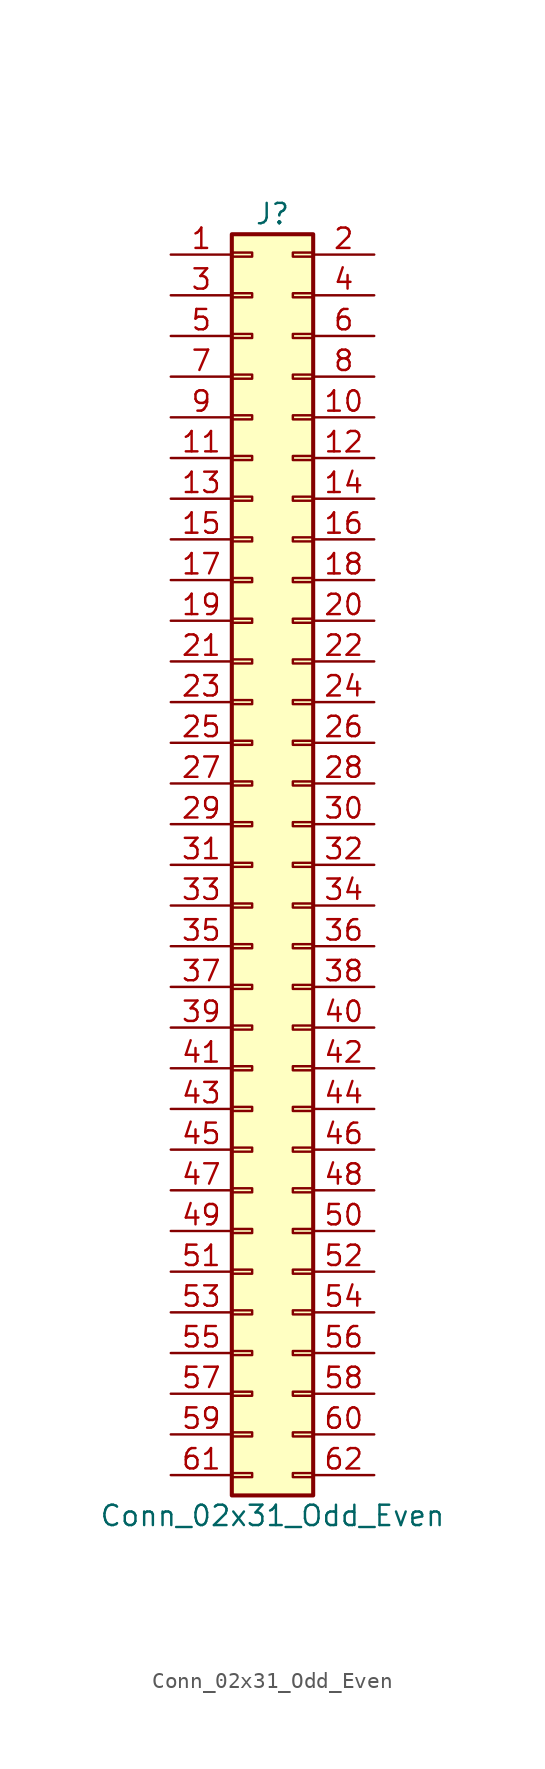
<source format=kicad_sym>
(kicad_symbol_lib
  (version 20201005)
  (generator kicad_symbol_editor)
  (symbol "Connector_Generic:Conn_02x31_Odd_Even"
    (pin_names
      (offset 1.016) hide)
    (property "Reference" "J"
      (at 1.27 40.64 0)
      (effects (font (size 1.27 1.27))))
    (property "Value" "Conn_02x31_Odd_Even"
      (at 1.27 -40.64 0)
      (effects (font (size 1.27 1.27))))
    (symbol "Conn_02x31_Odd_Even_1_1"
      (rectangle (start -1.27 -27.813) (end 0 -28.067) (stroke (width 0.152)) (fill (type none)))
      (rectangle (start -1.27 -30.353) (end 0 -30.607) (stroke (width 0.152)) (fill (type none)))
      (rectangle (start -1.27 -32.893) (end 0 -33.147) (stroke (width 0.152)) (fill (type none)))
      (rectangle (start -1.27 -35.433) (end 0 -35.687) (stroke (width 0.152)) (fill (type none)))
      (rectangle (start -1.27 -37.973) (end 0 -38.227) (stroke (width 0.152)) (fill (type none)))
      (rectangle (start -1.27 -4.953) (end 0 -5.207) (stroke (width 0.152)) (fill (type none)))
      (rectangle (start -1.27 -7.493) (end 0 -7.747) (stroke (width 0.152)) (fill (type none)))
      (rectangle (start -1.27 -10.033) (end 0 -10.287) (stroke (width 0.152)) (fill (type none)))
      (rectangle (start -1.27 -12.573) (end 0 -12.827) (stroke (width 0.152)) (fill (type none)))
      (rectangle (start -1.27 -15.113) (end 0 -15.367) (stroke (width 0.152)) (fill (type none)))
      (rectangle (start -1.27 -17.653) (end 0 -17.907) (stroke (width 0.152)) (fill (type none)))
      (rectangle (start -1.27 -20.193) (end 0 -20.447) (stroke (width 0.152)) (fill (type none)))
      (rectangle (start -1.27 -22.733) (end 0 -22.987) (stroke (width 0.152)) (fill (type none)))
      (rectangle (start -1.27 -2.413) (end 0 -2.667) (stroke (width 0.152)) (fill (type none)))
      (rectangle (start -1.27 -25.273) (end 0 -25.527) (stroke (width 0.152)) (fill (type none)))
      (rectangle (start -1.27 25.527) (end 0 25.273) (stroke (width 0.152)) (fill (type none)))
      (rectangle (start -1.27 2.667) (end 0 2.413) (stroke (width 0.152)) (fill (type none)))
      (rectangle (start -1.27 28.067) (end 0 27.813) (stroke (width 0.152)) (fill (type none)))
      (rectangle (start -1.27 30.607) (end 0 30.353) (stroke (width 0.152)) (fill (type none)))
      (rectangle (start -1.27 33.147) (end 0 32.893) (stroke (width 0.152)) (fill (type none)))
      (rectangle (start -1.27 35.687) (end 0 35.433) (stroke (width 0.152)) (fill (type none)))
      (rectangle (start -1.27 38.227) (end 0 37.973) (stroke (width 0.152)) (fill (type none)))
      (rectangle (start -1.27 39.37) (end 3.81 -39.37) (stroke (width 0.254)) (fill (type background)))
      (rectangle (start -1.27 5.207) (end 0 4.953) (stroke (width 0.152)) (fill (type none)))
      (rectangle (start -1.27 7.747) (end 0 7.493) (stroke (width 0.152)) (fill (type none)))
      (rectangle (start -1.27 10.287) (end 0 10.033) (stroke (width 0.152)) (fill (type none)))
      (rectangle (start -1.27 0.127) (end 0 -0.127) (stroke (width 0.152)) (fill (type none)))
      (rectangle (start -1.27 12.827) (end 0 12.573) (stroke (width 0.152)) (fill (type none)))
      (rectangle (start -1.27 15.367) (end 0 15.113) (stroke (width 0.152)) (fill (type none)))
      (rectangle (start -1.27 17.907) (end 0 17.653) (stroke (width 0.152)) (fill (type none)))
      (rectangle (start -1.27 20.447) (end 0 20.193) (stroke (width 0.152)) (fill (type none)))
      (rectangle (start -1.27 22.987) (end 0 22.733) (stroke (width 0.152)) (fill (type none)))
      (rectangle (start 3.81 -27.813) (end 2.54 -28.067) (stroke (width 0.152)) (fill (type none)))
      (rectangle (start 3.81 -30.353) (end 2.54 -30.607) (stroke (width 0.152)) (fill (type none)))
      (rectangle (start 3.81 -32.893) (end 2.54 -33.147) (stroke (width 0.152)) (fill (type none)))
      (rectangle (start 3.81 -35.433) (end 2.54 -35.687) (stroke (width 0.152)) (fill (type none)))
      (rectangle (start 3.81 -37.973) (end 2.54 -38.227) (stroke (width 0.152)) (fill (type none)))
      (rectangle (start 3.81 -4.953) (end 2.54 -5.207) (stroke (width 0.152)) (fill (type none)))
      (rectangle (start 3.81 -7.493) (end 2.54 -7.747) (stroke (width 0.152)) (fill (type none)))
      (rectangle (start 3.81 -10.033) (end 2.54 -10.287) (stroke (width 0.152)) (fill (type none)))
      (rectangle (start 3.81 -12.573) (end 2.54 -12.827) (stroke (width 0.152)) (fill (type none)))
      (rectangle (start 3.81 -15.113) (end 2.54 -15.367) (stroke (width 0.152)) (fill (type none)))
      (rectangle (start 3.81 -17.653) (end 2.54 -17.907) (stroke (width 0.152)) (fill (type none)))
      (rectangle (start 3.81 -20.193) (end 2.54 -20.447) (stroke (width 0.152)) (fill (type none)))
      (rectangle (start 3.81 -22.733) (end 2.54 -22.987) (stroke (width 0.152)) (fill (type none)))
      (rectangle (start 3.81 -2.413) (end 2.54 -2.667) (stroke (width 0.152)) (fill (type none)))
      (rectangle (start 3.81 -25.273) (end 2.54 -25.527) (stroke (width 0.152)) (fill (type none)))
      (rectangle (start 3.81 25.527) (end 2.54 25.273) (stroke (width 0.152)) (fill (type none)))
      (rectangle (start 3.81 2.667) (end 2.54 2.413) (stroke (width 0.152)) (fill (type none)))
      (rectangle (start 3.81 28.067) (end 2.54 27.813) (stroke (width 0.152)) (fill (type none)))
      (rectangle (start 3.81 30.607) (end 2.54 30.353) (stroke (width 0.152)) (fill (type none)))
      (rectangle (start 3.81 33.147) (end 2.54 32.893) (stroke (width 0.152)) (fill (type none)))
      (rectangle (start 3.81 35.687) (end 2.54 35.433) (stroke (width 0.152)) (fill (type none)))
      (rectangle (start 3.81 38.227) (end 2.54 37.973) (stroke (width 0.152)) (fill (type none)))
      (rectangle (start 3.81 5.207) (end 2.54 4.953) (stroke (width 0.152)) (fill (type none)))
      (rectangle (start 3.81 7.747) (end 2.54 7.493) (stroke (width 0.152)) (fill (type none)))
      (rectangle (start 3.81 10.287) (end 2.54 10.033) (stroke (width 0.152)) (fill (type none)))
      (rectangle (start 3.81 0.127) (end 2.54 -0.127) (stroke (width 0.152)) (fill (type none)))
      (rectangle (start 3.81 12.827) (end 2.54 12.573) (stroke (width 0.152)) (fill (type none)))
      (rectangle (start 3.81 15.367) (end 2.54 15.113) (stroke (width 0.152)) (fill (type none)))
      (rectangle (start 3.81 17.907) (end 2.54 17.653) (stroke (width 0.152)) (fill (type none)))
      (rectangle (start 3.81 20.447) (end 2.54 20.193) (stroke (width 0.152)) (fill (type none)))
      (rectangle (start 3.81 22.987) (end 2.54 22.733) (stroke (width 0.152)) (fill (type none)))
      (pin passive line (at -5.08 38.1 0) (length 3.81) (name "Pin_1" (effects (font (size 1.27 1.27)))) (number "1" (effects (font (size 1.27 1.27)))))
      (pin passive line (at 7.62 27.94 180) (length 3.81) (name "Pin_10" (effects (font (size 1.27 1.27)))) (number "10" (effects (font (size 1.27 1.27)))))
      (pin passive line (at -5.08 25.4 0) (length 3.81) (name "Pin_11" (effects (font (size 1.27 1.27)))) (number "11" (effects (font (size 1.27 1.27)))))
      (pin passive line (at 7.62 25.4 180) (length 3.81) (name "Pin_12" (effects (font (size 1.27 1.27)))) (number "12" (effects (font (size 1.27 1.27)))))
      (pin passive line (at -5.08 22.86 0) (length 3.81) (name "Pin_13" (effects (font (size 1.27 1.27)))) (number "13" (effects (font (size 1.27 1.27)))))
      (pin passive line (at 7.62 22.86 180) (length 3.81) (name "Pin_14" (effects (font (size 1.27 1.27)))) (number "14" (effects (font (size 1.27 1.27)))))
      (pin passive line (at -5.08 20.32 0) (length 3.81) (name "Pin_15" (effects (font (size 1.27 1.27)))) (number "15" (effects (font (size 1.27 1.27)))))
      (pin passive line (at 7.62 20.32 180) (length 3.81) (name "Pin_16" (effects (font (size 1.27 1.27)))) (number "16" (effects (font (size 1.27 1.27)))))
      (pin passive line (at -5.08 17.78 0) (length 3.81) (name "Pin_17" (effects (font (size 1.27 1.27)))) (number "17" (effects (font (size 1.27 1.27)))))
      (pin passive line (at 7.62 17.78 180) (length 3.81) (name "Pin_18" (effects (font (size 1.27 1.27)))) (number "18" (effects (font (size 1.27 1.27)))))
      (pin passive line (at -5.08 15.24 0) (length 3.81) (name "Pin_19" (effects (font (size 1.27 1.27)))) (number "19" (effects (font (size 1.27 1.27)))))
      (pin passive line (at 7.62 38.1 180) (length 3.81) (name "Pin_2" (effects (font (size 1.27 1.27)))) (number "2" (effects (font (size 1.27 1.27)))))
      (pin passive line (at 7.62 15.24 180) (length 3.81) (name "Pin_20" (effects (font (size 1.27 1.27)))) (number "20" (effects (font (size 1.27 1.27)))))
      (pin passive line (at -5.08 12.7 0) (length 3.81) (name "Pin_21" (effects (font (size 1.27 1.27)))) (number "21" (effects (font (size 1.27 1.27)))))
      (pin passive line (at 7.62 12.7 180) (length 3.81) (name "Pin_22" (effects (font (size 1.27 1.27)))) (number "22" (effects (font (size 1.27 1.27)))))
      (pin passive line (at -5.08 10.16 0) (length 3.81) (name "Pin_23" (effects (font (size 1.27 1.27)))) (number "23" (effects (font (size 1.27 1.27)))))
      (pin passive line (at 7.62 10.16 180) (length 3.81) (name "Pin_24" (effects (font (size 1.27 1.27)))) (number "24" (effects (font (size 1.27 1.27)))))
      (pin passive line (at -5.08 7.62 0) (length 3.81) (name "Pin_25" (effects (font (size 1.27 1.27)))) (number "25" (effects (font (size 1.27 1.27)))))
      (pin passive line (at 7.62 7.62 180) (length 3.81) (name "Pin_26" (effects (font (size 1.27 1.27)))) (number "26" (effects (font (size 1.27 1.27)))))
      (pin passive line (at -5.08 5.08 0) (length 3.81) (name "Pin_27" (effects (font (size 1.27 1.27)))) (number "27" (effects (font (size 1.27 1.27)))))
      (pin passive line (at 7.62 5.08 180) (length 3.81) (name "Pin_28" (effects (font (size 1.27 1.27)))) (number "28" (effects (font (size 1.27 1.27)))))
      (pin passive line (at -5.08 2.54 0) (length 3.81) (name "Pin_29" (effects (font (size 1.27 1.27)))) (number "29" (effects (font (size 1.27 1.27)))))
      (pin passive line (at -5.08 35.56 0) (length 3.81) (name "Pin_3" (effects (font (size 1.27 1.27)))) (number "3" (effects (font (size 1.27 1.27)))))
      (pin passive line (at 7.62 2.54 180) (length 3.81) (name "Pin_30" (effects (font (size 1.27 1.27)))) (number "30" (effects (font (size 1.27 1.27)))))
      (pin passive line (at -5.08 0 0) (length 3.81) (name "Pin_31" (effects (font (size 1.27 1.27)))) (number "31" (effects (font (size 1.27 1.27)))))
      (pin passive line (at 7.62 0 180) (length 3.81) (name "Pin_32" (effects (font (size 1.27 1.27)))) (number "32" (effects (font (size 1.27 1.27)))))
      (pin passive line (at -5.08 -2.54 0) (length 3.81) (name "Pin_33" (effects (font (size 1.27 1.27)))) (number "33" (effects (font (size 1.27 1.27)))))
      (pin passive line (at 7.62 -2.54 180) (length 3.81) (name "Pin_34" (effects (font (size 1.27 1.27)))) (number "34" (effects (font (size 1.27 1.27)))))
      (pin passive line (at -5.08 -5.08 0) (length 3.81) (name "Pin_35" (effects (font (size 1.27 1.27)))) (number "35" (effects (font (size 1.27 1.27)))))
      (pin passive line (at 7.62 -5.08 180) (length 3.81) (name "Pin_36" (effects (font (size 1.27 1.27)))) (number "36" (effects (font (size 1.27 1.27)))))
      (pin passive line (at -5.08 -7.62 0) (length 3.81) (name "Pin_37" (effects (font (size 1.27 1.27)))) (number "37" (effects (font (size 1.27 1.27)))))
      (pin passive line (at 7.62 -7.62 180) (length 3.81) (name "Pin_38" (effects (font (size 1.27 1.27)))) (number "38" (effects (font (size 1.27 1.27)))))
      (pin passive line (at -5.08 -10.16 0) (length 3.81) (name "Pin_39" (effects (font (size 1.27 1.27)))) (number "39" (effects (font (size 1.27 1.27)))))
      (pin passive line (at 7.62 35.56 180) (length 3.81) (name "Pin_4" (effects (font (size 1.27 1.27)))) (number "4" (effects (font (size 1.27 1.27)))))
      (pin passive line (at 7.62 -10.16 180) (length 3.81) (name "Pin_40" (effects (font (size 1.27 1.27)))) (number "40" (effects (font (size 1.27 1.27)))))
      (pin passive line (at -5.08 -12.7 0) (length 3.81) (name "Pin_41" (effects (font (size 1.27 1.27)))) (number "41" (effects (font (size 1.27 1.27)))))
      (pin passive line (at 7.62 -12.7 180) (length 3.81) (name "Pin_42" (effects (font (size 1.27 1.27)))) (number "42" (effects (font (size 1.27 1.27)))))
      (pin passive line (at -5.08 -15.24 0) (length 3.81) (name "Pin_43" (effects (font (size 1.27 1.27)))) (number "43" (effects (font (size 1.27 1.27)))))
      (pin passive line (at 7.62 -15.24 180) (length 3.81) (name "Pin_44" (effects (font (size 1.27 1.27)))) (number "44" (effects (font (size 1.27 1.27)))))
      (pin passive line (at -5.08 -17.78 0) (length 3.81) (name "Pin_45" (effects (font (size 1.27 1.27)))) (number "45" (effects (font (size 1.27 1.27)))))
      (pin passive line (at 7.62 -17.78 180) (length 3.81) (name "Pin_46" (effects (font (size 1.27 1.27)))) (number "46" (effects (font (size 1.27 1.27)))))
      (pin passive line (at -5.08 -20.32 0) (length 3.81) (name "Pin_47" (effects (font (size 1.27 1.27)))) (number "47" (effects (font (size 1.27 1.27)))))
      (pin passive line (at 7.62 -20.32 180) (length 3.81) (name "Pin_48" (effects (font (size 1.27 1.27)))) (number "48" (effects (font (size 1.27 1.27)))))
      (pin passive line (at -5.08 -22.86 0) (length 3.81) (name "Pin_49" (effects (font (size 1.27 1.27)))) (number "49" (effects (font (size 1.27 1.27)))))
      (pin passive line (at -5.08 33.02 0) (length 3.81) (name "Pin_5" (effects (font (size 1.27 1.27)))) (number "5" (effects (font (size 1.27 1.27)))))
      (pin passive line (at 7.62 -22.86 180) (length 3.81) (name "Pin_50" (effects (font (size 1.27 1.27)))) (number "50" (effects (font (size 1.27 1.27)))))
      (pin passive line (at -5.08 -25.4 0) (length 3.81) (name "Pin_51" (effects (font (size 1.27 1.27)))) (number "51" (effects (font (size 1.27 1.27)))))
      (pin passive line (at 7.62 -25.4 180) (length 3.81) (name "Pin_52" (effects (font (size 1.27 1.27)))) (number "52" (effects (font (size 1.27 1.27)))))
      (pin passive line (at -5.08 -27.94 0) (length 3.81) (name "Pin_53" (effects (font (size 1.27 1.27)))) (number "53" (effects (font (size 1.27 1.27)))))
      (pin passive line (at 7.62 -27.94 180) (length 3.81) (name "Pin_54" (effects (font (size 1.27 1.27)))) (number "54" (effects (font (size 1.27 1.27)))))
      (pin passive line (at -5.08 -30.48 0) (length 3.81) (name "Pin_55" (effects (font (size 1.27 1.27)))) (number "55" (effects (font (size 1.27 1.27)))))
      (pin passive line (at 7.62 -30.48 180) (length 3.81) (name "Pin_56" (effects (font (size 1.27 1.27)))) (number "56" (effects (font (size 1.27 1.27)))))
      (pin passive line (at -5.08 -33.02 0) (length 3.81) (name "Pin_57" (effects (font (size 1.27 1.27)))) (number "57" (effects (font (size 1.27 1.27)))))
      (pin passive line (at 7.62 -33.02 180) (length 3.81) (name "Pin_58" (effects (font (size 1.27 1.27)))) (number "58" (effects (font (size 1.27 1.27)))))
      (pin passive line (at -5.08 -35.56 0) (length 3.81) (name "Pin_59" (effects (font (size 1.27 1.27)))) (number "59" (effects (font (size 1.27 1.27)))))
      (pin passive line (at 7.62 33.02 180) (length 3.81) (name "Pin_6" (effects (font (size 1.27 1.27)))) (number "6" (effects (font (size 1.27 1.27)))))
      (pin passive line (at 7.62 -35.56 180) (length 3.81) (name "Pin_60" (effects (font (size 1.27 1.27)))) (number "60" (effects (font (size 1.27 1.27)))))
      (pin passive line (at -5.08 -38.1 0) (length 3.81) (name "Pin_61" (effects (font (size 1.27 1.27)))) (number "61" (effects (font (size 1.27 1.27)))))
      (pin passive line (at 7.62 -38.1 180) (length 3.81) (name "Pin_62" (effects (font (size 1.27 1.27)))) (number "62" (effects (font (size 1.27 1.27)))))
      (pin passive line (at -5.08 30.48 0) (length 3.81) (name "Pin_7" (effects (font (size 1.27 1.27)))) (number "7" (effects (font (size 1.27 1.27)))))
      (pin passive line (at 7.62 30.48 180) (length 3.81) (name "Pin_8" (effects (font (size 1.27 1.27)))) (number "8" (effects (font (size 1.27 1.27)))))
      (pin passive line (at -5.08 27.94 0) (length 3.81) (name "Pin_9" (effects (font (size 1.27 1.27)))) (number "9" (effects (font (size 1.27 1.27))))))))
</source>
